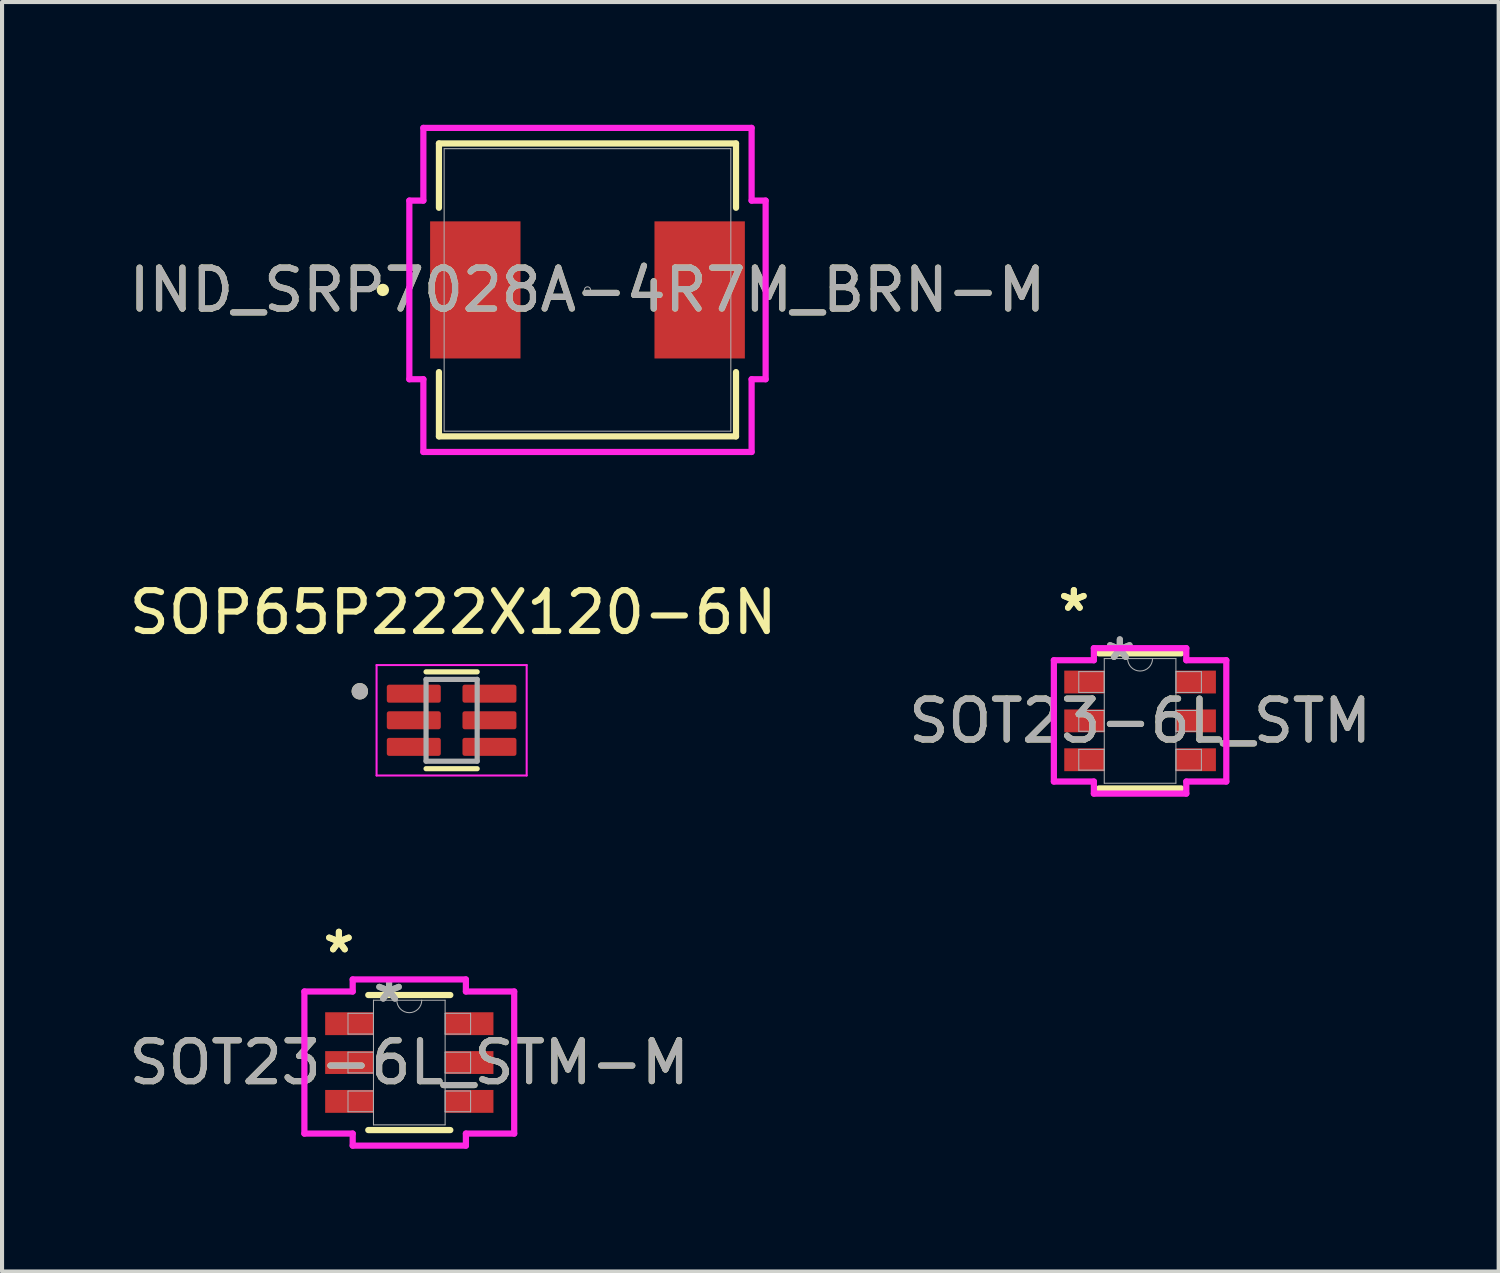
<source format=kicad_pcb>
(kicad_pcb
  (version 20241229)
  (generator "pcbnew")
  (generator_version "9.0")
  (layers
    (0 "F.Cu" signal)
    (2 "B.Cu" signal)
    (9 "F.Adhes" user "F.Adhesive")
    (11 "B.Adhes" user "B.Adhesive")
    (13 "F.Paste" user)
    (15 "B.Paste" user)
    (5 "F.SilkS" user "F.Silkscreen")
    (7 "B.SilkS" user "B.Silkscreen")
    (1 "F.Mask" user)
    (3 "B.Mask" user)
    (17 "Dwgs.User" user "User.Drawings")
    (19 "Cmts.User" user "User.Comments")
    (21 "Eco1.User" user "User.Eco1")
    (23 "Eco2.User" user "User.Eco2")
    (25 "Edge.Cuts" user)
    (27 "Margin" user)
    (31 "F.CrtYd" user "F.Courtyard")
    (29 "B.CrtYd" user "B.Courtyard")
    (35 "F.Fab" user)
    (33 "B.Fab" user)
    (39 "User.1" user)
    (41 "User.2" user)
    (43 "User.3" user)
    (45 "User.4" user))
  (footprint "SOP65P222X120-6N"
    (layer "F.Cu")
    (at 7.993 14.562)
    (property "Reference" "SOP65P222X120-6N" (at 0.037 -2.637 0) (layer "F.SilkS") (effects (font (size 1 1) (thickness 0.15))))
    (attr smd)
    (fp_line (start -0.625 -1.184) (end 0.625 -1.184) (stroke (width 0.127) (type solid)) (layer "F.SilkS"))
    (fp_line (start -0.625 1.184) (end 0.625 1.184) (stroke (width 0.127) (type solid)) (layer "F.SilkS"))
    (fp_circle (center -2.245 -0.709) (end -2.145 -0.709) (stroke (width 0.2) (type solid)) (fill no) (layer "F.SilkS"))
    (fp_line (start -1.835 -1.35) (end -1.835 1.35) (stroke (width 0.05) (type solid)) (layer "F.CrtYd"))
    (fp_line (start -1.835 -1.35) (end 1.835 -1.35) (stroke (width 0.05) (type solid)) (layer "F.CrtYd"))
    (fp_line (start -1.835 1.35) (end 1.835 1.35) (stroke (width 0.05) (type solid)) (layer "F.CrtYd"))
    (fp_line (start 1.835 -1.35) (end 1.835 1.35) (stroke (width 0.05) (type solid)) (layer "F.CrtYd"))
    (fp_line (start -0.625 -1) (end -0.625 1) (stroke (width 0.127) (type solid)) (layer "F.Fab"))
    (fp_line (start -0.625 -1) (end 0.625 -1) (stroke (width 0.127) (type solid)) (layer "F.Fab"))
    (fp_line (start -0.625 1) (end 0.625 1) (stroke (width 0.127) (type solid)) (layer "F.Fab"))
    (fp_line (start 0.625 -1) (end 0.625 1) (stroke (width 0.127) (type solid)) (layer "F.Fab"))
    (fp_circle (center -2.245 -0.709) (end -2.145 -0.709) (stroke (width 0.2) (type solid)) (fill no) (layer "F.Fab"))
    (pad "1" smd roundrect (at -0.925 -0.65) (size 1.32 0.44) (layers "F.Cu" "F.Mask" "F.Paste") (roundrect_rratio 0.125))
    (pad "2" smd roundrect (at -0.925 0) (size 1.32 0.44) (layers "F.Cu" "F.Mask" "F.Paste") (roundrect_rratio 0.125))
    (pad "3" smd roundrect (at -0.925 0.65) (size 1.32 0.44) (layers "F.Cu" "F.Mask" "F.Paste") (roundrect_rratio 0.125))
    (pad "4" smd roundrect (at 0.925 0.65) (size 1.32 0.44) (layers "F.Cu" "F.Mask" "F.Paste") (roundrect_rratio 0.125))
    (pad "5" smd roundrect (at 0.925 0) (size 1.32 0.44) (layers "F.Cu" "F.Mask" "F.Paste") (roundrect_rratio 0.125))
    (pad "6" smd roundrect (at 0.925 -0.65) (size 1.32 0.44) (layers "F.Cu" "F.Mask" "F.Paste") (roundrect_rratio 0.125)))
  (footprint "IND_SRP7028A-4R7M_BRN-M"
    (layer "F.Cu")
    (at 11.315 4.039)
    (property "Reference" "IND_SRP7028A-4R7M_BRN-M" (at 0 0 0) (unlocked yes) (layer "F.SilkS") (effects (font (size 1 1) (thickness 0.15))))
    (attr smd)
    (fp_line (start -3.632 -3.581) (end -3.632 -2.009) (stroke (width 0.152) (type solid)) (layer "F.SilkS"))
    (fp_line (start -3.632 2.009) (end -3.632 3.581) (stroke (width 0.152) (type solid)) (layer "F.SilkS"))
    (fp_line (start -3.632 3.581) (end 3.632 3.581) (stroke (width 0.152) (type solid)) (layer "F.SilkS"))
    (fp_line (start 3.632 -3.581) (end -3.632 -3.581) (stroke (width 0.152) (type solid)) (layer "F.SilkS"))
    (fp_line (start 3.632 -2.009) (end 3.632 -3.581) (stroke (width 0.152) (type solid)) (layer "F.SilkS"))
    (fp_line (start 3.632 3.581) (end 3.632 2.009) (stroke (width 0.152) (type solid)) (layer "F.SilkS"))
    (fp_circle (center -5.004 0) (end -4.928 0) (stroke (width 0.152) (type solid)) (fill no) (layer "F.SilkS"))
    (fp_line (start -4.356 -2.184) (end -4.013 -2.184) (stroke (width 0.152) (type solid)) (layer "F.CrtYd"))
    (fp_line (start -4.356 2.184) (end -4.356 -2.184) (stroke (width 0.152) (type solid)) (layer "F.CrtYd"))
    (fp_line (start -4.356 2.184) (end -4.013 2.184) (stroke (width 0.152) (type solid)) (layer "F.CrtYd"))
    (fp_line (start -4.013 -3.962) (end 4.013 -3.962) (stroke (width 0.152) (type solid)) (layer "F.CrtYd"))
    (fp_line (start -4.013 -2.184) (end -4.013 -3.962) (stroke (width 0.152) (type solid)) (layer "F.CrtYd"))
    (fp_line (start -4.013 3.962) (end -4.013 2.184) (stroke (width 0.152) (type solid)) (layer "F.CrtYd"))
    (fp_line (start 4.013 -3.962) (end 4.013 -2.184) (stroke (width 0.152) (type solid)) (layer "F.CrtYd"))
    (fp_line (start 4.013 2.184) (end 4.013 3.962) (stroke (width 0.152) (type solid)) (layer "F.CrtYd"))
    (fp_line (start 4.013 3.962) (end -4.013 3.962) (stroke (width 0.152) (type solid)) (layer "F.CrtYd"))
    (fp_line (start 4.356 -2.184) (end 4.013 -2.184) (stroke (width 0.152) (type solid)) (layer "F.CrtYd"))
    (fp_line (start 4.356 -2.184) (end 4.356 2.184) (stroke (width 0.152) (type solid)) (layer "F.CrtYd"))
    (fp_line (start 4.356 2.184) (end 4.013 2.184) (stroke (width 0.152) (type solid)) (layer "F.CrtYd"))
    (fp_line (start -3.505 -3.454) (end -3.505 3.454) (stroke (width 0.025) (type solid)) (layer "F.Fab"))
    (fp_line (start -3.505 3.454) (end 3.505 3.454) (stroke (width 0.025) (type solid)) (layer "F.Fab"))
    (fp_line (start 3.505 -3.454) (end -3.505 -3.454) (stroke (width 0.025) (type solid)) (layer "F.Fab"))
    (fp_line (start 3.505 3.454) (end 3.505 -3.454) (stroke (width 0.025) (type solid)) (layer "F.Fab"))
    (fp_circle (center 0 0) (end 0.076 0) (stroke (width 0.025) (type solid)) (fill no) (layer "F.Fab"))
    (fp_text user "${REFERENCE}" (at 0 0 0) (unlocked yes) (layer "F.Fab") (effects (font (size 1 1) (thickness 0.15))))
    (pad "1" smd rect (at -2.743 0) (size 2.21 3.353) (layers "F.Cu" "F.Mask" "F.Paste"))
    (pad "2" smd rect (at 2.743 0) (size 2.21 3.353) (layers "F.Cu" "F.Mask" "F.Paste")))
  (footprint "SOT23-6L_STM-M"
    (layer "F.Cu")
    (at 6.958 22.931)
    (property "Reference" "SOT23-6L_STM-M" (at 0 0 0) (unlocked yes) (layer "F.SilkS") (effects (font (size 1 1) (thickness 0.15))))
    (attr smd)
    (fp_line (start -1.003 1.651) (end 1.003 1.651) (stroke (width 0.152) (type solid)) (layer "F.SilkS"))
    (fp_line (start 1.003 -1.651) (end -1.003 -1.651) (stroke (width 0.152) (type solid)) (layer "F.SilkS"))
    (fp_line (start -2.565 -1.737) (end -1.384 -1.737) (stroke (width 0.152) (type solid)) (layer "F.CrtYd"))
    (fp_line (start -2.565 1.737) (end -2.565 -1.737) (stroke (width 0.152) (type solid)) (layer "F.CrtYd"))
    (fp_line (start -2.565 1.737) (end -1.384 1.737) (stroke (width 0.152) (type solid)) (layer "F.CrtYd"))
    (fp_line (start -1.384 -2.032) (end 1.384 -2.032) (stroke (width 0.152) (type solid)) (layer "F.CrtYd"))
    (fp_line (start -1.384 -1.737) (end -1.384 -2.032) (stroke (width 0.152) (type solid)) (layer "F.CrtYd"))
    (fp_line (start -1.384 2.032) (end -1.384 1.737) (stroke (width 0.152) (type solid)) (layer "F.CrtYd"))
    (fp_line (start 1.384 -2.032) (end 1.384 -1.737) (stroke (width 0.152) (type solid)) (layer "F.CrtYd"))
    (fp_line (start 1.384 1.737) (end 1.384 2.032) (stroke (width 0.152) (type solid)) (layer "F.CrtYd"))
    (fp_line (start 1.384 2.032) (end -1.384 2.032) (stroke (width 0.152) (type solid)) (layer "F.CrtYd"))
    (fp_line (start 2.565 -1.737) (end 1.384 -1.737) (stroke (width 0.152) (type solid)) (layer "F.CrtYd"))
    (fp_line (start 2.565 -1.737) (end 2.565 1.737) (stroke (width 0.152) (type solid)) (layer "F.CrtYd"))
    (fp_line (start 2.565 1.737) (end 1.384 1.737) (stroke (width 0.152) (type solid)) (layer "F.CrtYd"))
    (fp_line (start -1.499 -1.204) (end -1.499 -0.696) (stroke (width 0.025) (type solid)) (layer "F.Fab"))
    (fp_line (start -1.499 -0.696) (end -0.876 -0.696) (stroke (width 0.025) (type solid)) (layer "F.Fab"))
    (fp_line (start -1.499 -0.254) (end -1.499 0.254) (stroke (width 0.025) (type solid)) (layer "F.Fab"))
    (fp_line (start -1.499 0.254) (end -0.876 0.254) (stroke (width 0.025) (type solid)) (layer "F.Fab"))
    (fp_line (start -1.499 0.696) (end -1.499 1.204) (stroke (width 0.025) (type solid)) (layer "F.Fab"))
    (fp_line (start -1.499 1.204) (end -0.876 1.204) (stroke (width 0.025) (type solid)) (layer "F.Fab"))
    (fp_line (start -0.876 -1.524) (end -0.876 1.524) (stroke (width 0.025) (type solid)) (layer "F.Fab"))
    (fp_line (start -0.876 -1.204) (end -1.499 -1.204) (stroke (width 0.025) (type solid)) (layer "F.Fab"))
    (fp_line (start -0.876 -0.696) (end -0.876 -1.204) (stroke (width 0.025) (type solid)) (layer "F.Fab"))
    (fp_line (start -0.876 -0.254) (end -1.499 -0.254) (stroke (width 0.025) (type solid)) (layer "F.Fab"))
    (fp_line (start -0.876 0.254) (end -0.876 -0.254) (stroke (width 0.025) (type solid)) (layer "F.Fab"))
    (fp_line (start -0.876 0.696) (end -1.499 0.696) (stroke (width 0.025) (type solid)) (layer "F.Fab"))
    (fp_line (start -0.876 1.204) (end -0.876 0.696) (stroke (width 0.025) (type solid)) (layer "F.Fab"))
    (fp_line (start -0.876 1.524) (end 0.876 1.524) (stroke (width 0.025) (type solid)) (layer "F.Fab"))
    (fp_line (start 0.876 -1.524) (end -0.876 -1.524) (stroke (width 0.025) (type solid)) (layer "F.Fab"))
    (fp_line (start 0.876 -1.204) (end 0.876 -0.696) (stroke (width 0.025) (type solid)) (layer "F.Fab"))
    (fp_line (start 0.876 -0.696) (end 1.499 -0.696) (stroke (width 0.025) (type solid)) (layer "F.Fab"))
    (fp_line (start 0.876 -0.254) (end 0.876 0.254) (stroke (width 0.025) (type solid)) (layer "F.Fab"))
    (fp_line (start 0.876 0.254) (end 1.499 0.254) (stroke (width 0.025) (type solid)) (layer "F.Fab"))
    (fp_line (start 0.876 0.696) (end 0.876 1.204) (stroke (width 0.025) (type solid)) (layer "F.Fab"))
    (fp_line (start 0.876 1.204) (end 1.499 1.204) (stroke (width 0.025) (type solid)) (layer "F.Fab"))
    (fp_line (start 0.876 1.524) (end 0.876 -1.524) (stroke (width 0.025) (type solid)) (layer "F.Fab"))
    (fp_line (start 1.499 -1.204) (end 0.876 -1.204) (stroke (width 0.025) (type solid)) (layer "F.Fab"))
    (fp_line (start 1.499 -0.696) (end 1.499 -1.204) (stroke (width 0.025) (type solid)) (layer "F.Fab"))
    (fp_line (start 1.499 -0.254) (end 0.876 -0.254) (stroke (width 0.025) (type solid)) (layer "F.Fab"))
    (fp_line (start 1.499 0.254) (end 1.499 -0.254) (stroke (width 0.025) (type solid)) (layer "F.Fab"))
    (fp_line (start 1.499 0.696) (end 0.876 0.696) (stroke (width 0.025) (type solid)) (layer "F.Fab"))
    (fp_line (start 1.499 1.204) (end 1.499 0.696) (stroke (width 0.025) (type solid)) (layer "F.Fab"))
    (fp_arc (start 0.3048 -1.524) (mid 0 -1.2192) (end -0.3048 -1.524) (stroke (width 0.0254) (type solid)) (layer "F.Fab"))
    (fp_text user "*" (at -1.721 -2.652 0) (unlocked yes) (layer "F.SilkS") (effects (font (size 1 1) (thickness 0.15))))
    (fp_text user "*" (at -1.721 -2.652 0) (layer "F.SilkS") (effects (font (size 1 1) (thickness 0.15))))
    (fp_text user "${REFERENCE}" (at 0 0 0) (unlocked yes) (layer "F.Fab") (effects (font (size 1 1) (thickness 0.15))))
    (fp_text user "*" (at -0.495 -1.448 0) (layer "F.Fab") (effects (font (size 1 1) (thickness 0.15))))
    (fp_text user "*" (at -0.495 -1.448 0) (unlocked yes) (layer "F.Fab") (effects (font (size 1 1) (thickness 0.15))))
    (pad "1" smd rect (at -1.467 -0.95) (size 1.181 0.559) (layers "F.Cu" "F.Mask" "F.Paste"))
    (pad "2" smd rect (at -1.467 0) (size 1.181 0.559) (layers "F.Cu" "F.Mask" "F.Paste"))
    (pad "3" smd rect (at -1.467 0.95) (size 1.181 0.559) (layers "F.Cu" "F.Mask" "F.Paste"))
    (pad "4" smd rect (at 1.467 0.95) (size 1.181 0.559) (layers "F.Cu" "F.Mask" "F.Paste"))
    (pad "5" smd rect (at 1.467 0) (size 1.181 0.559) (layers "F.Cu" "F.Mask" "F.Paste"))
    (pad "6" smd rect (at 1.467 -0.95) (size 1.181 0.559) (layers "F.Cu" "F.Mask" "F.Paste")))
  (footprint "SOT23-6L_STM"
    (layer "F.Cu")
    (at 24.827 14.577)
    (property "Reference" "SOT23-6L_STM" (at 0 0 0) (unlocked yes) (layer "F.SilkS") (effects (font (size 1 1) (thickness 0.15))))
    (attr smd)
    (fp_line (start -1.003 1.651) (end 1.003 1.651) (stroke (width 0.152) (type solid)) (layer "F.SilkS"))
    (fp_line (start 1.003 -1.651) (end -1.003 -1.651) (stroke (width 0.152) (type solid)) (layer "F.SilkS"))
    (fp_line (start -2.108 -1.483) (end -1.13 -1.483) (stroke (width 0.152) (type solid)) (layer "F.CrtYd"))
    (fp_line (start -2.108 1.483) (end -2.108 -1.483) (stroke (width 0.152) (type solid)) (layer "F.CrtYd"))
    (fp_line (start -2.108 1.483) (end -1.13 1.483) (stroke (width 0.152) (type solid)) (layer "F.CrtYd"))
    (fp_line (start -1.13 -1.778) (end 1.13 -1.778) (stroke (width 0.152) (type solid)) (layer "F.CrtYd"))
    (fp_line (start -1.13 -1.483) (end -1.13 -1.778) (stroke (width 0.152) (type solid)) (layer "F.CrtYd"))
    (fp_line (start -1.13 1.778) (end -1.13 1.483) (stroke (width 0.152) (type solid)) (layer "F.CrtYd"))
    (fp_line (start 1.13 -1.778) (end 1.13 -1.483) (stroke (width 0.152) (type solid)) (layer "F.CrtYd"))
    (fp_line (start 1.13 1.483) (end 1.13 1.778) (stroke (width 0.152) (type solid)) (layer "F.CrtYd"))
    (fp_line (start 1.13 1.778) (end -1.13 1.778) (stroke (width 0.152) (type solid)) (layer "F.CrtYd"))
    (fp_line (start 2.108 -1.483) (end 1.13 -1.483) (stroke (width 0.152) (type solid)) (layer "F.CrtYd"))
    (fp_line (start 2.108 -1.483) (end 2.108 1.483) (stroke (width 0.152) (type solid)) (layer "F.CrtYd"))
    (fp_line (start 2.108 1.483) (end 1.13 1.483) (stroke (width 0.152) (type solid)) (layer "F.CrtYd"))
    (fp_line (start -1.499 -1.204) (end -1.499 -0.696) (stroke (width 0.025) (type solid)) (layer "F.Fab"))
    (fp_line (start -1.499 -0.696) (end -0.876 -0.696) (stroke (width 0.025) (type solid)) (layer "F.Fab"))
    (fp_line (start -1.499 -0.254) (end -1.499 0.254) (stroke (width 0.025) (type solid)) (layer "F.Fab"))
    (fp_line (start -1.499 0.254) (end -0.876 0.254) (stroke (width 0.025) (type solid)) (layer "F.Fab"))
    (fp_line (start -1.499 0.696) (end -1.499 1.204) (stroke (width 0.025) (type solid)) (layer "F.Fab"))
    (fp_line (start -1.499 1.204) (end -0.876 1.204) (stroke (width 0.025) (type solid)) (layer "F.Fab"))
    (fp_line (start -0.876 -1.524) (end -0.876 1.524) (stroke (width 0.025) (type solid)) (layer "F.Fab"))
    (fp_line (start -0.876 -1.204) (end -1.499 -1.204) (stroke (width 0.025) (type solid)) (layer "F.Fab"))
    (fp_line (start -0.876 -0.696) (end -0.876 -1.204) (stroke (width 0.025) (type solid)) (layer "F.Fab"))
    (fp_line (start -0.876 -0.254) (end -1.499 -0.254) (stroke (width 0.025) (type solid)) (layer "F.Fab"))
    (fp_line (start -0.876 0.254) (end -0.876 -0.254) (stroke (width 0.025) (type solid)) (layer "F.Fab"))
    (fp_line (start -0.876 0.696) (end -1.499 0.696) (stroke (width 0.025) (type solid)) (layer "F.Fab"))
    (fp_line (start -0.876 1.204) (end -0.876 0.696) (stroke (width 0.025) (type solid)) (layer "F.Fab"))
    (fp_line (start -0.876 1.524) (end 0.876 1.524) (stroke (width 0.025) (type solid)) (layer "F.Fab"))
    (fp_line (start 0.876 -1.524) (end -0.876 -1.524) (stroke (width 0.025) (type solid)) (layer "F.Fab"))
    (fp_line (start 0.876 -1.204) (end 0.876 -0.696) (stroke (width 0.025) (type solid)) (layer "F.Fab"))
    (fp_line (start 0.876 -0.696) (end 1.499 -0.696) (stroke (width 0.025) (type solid)) (layer "F.Fab"))
    (fp_line (start 0.876 -0.254) (end 0.876 0.254) (stroke (width 0.025) (type solid)) (layer "F.Fab"))
    (fp_line (start 0.876 0.254) (end 1.499 0.254) (stroke (width 0.025) (type solid)) (layer "F.Fab"))
    (fp_line (start 0.876 0.696) (end 0.876 1.204) (stroke (width 0.025) (type solid)) (layer "F.Fab"))
    (fp_line (start 0.876 1.204) (end 1.499 1.204) (stroke (width 0.025) (type solid)) (layer "F.Fab"))
    (fp_line (start 0.876 1.524) (end 0.876 -1.524) (stroke (width 0.025) (type solid)) (layer "F.Fab"))
    (fp_line (start 1.499 -1.204) (end 0.876 -1.204) (stroke (width 0.025) (type solid)) (layer "F.Fab"))
    (fp_line (start 1.499 -0.696) (end 1.499 -1.204) (stroke (width 0.025) (type solid)) (layer "F.Fab"))
    (fp_line (start 1.499 -0.254) (end 0.876 -0.254) (stroke (width 0.025) (type solid)) (layer "F.Fab"))
    (fp_line (start 1.499 0.254) (end 1.499 -0.254) (stroke (width 0.025) (type solid)) (layer "F.Fab"))
    (fp_line (start 1.499 0.696) (end 0.876 0.696) (stroke (width 0.025) (type solid)) (layer "F.Fab"))
    (fp_line (start 1.499 1.204) (end 1.499 0.696) (stroke (width 0.025) (type solid)) (layer "F.Fab"))
    (fp_arc (start 0.3048 -1.524) (mid 0 -1.2192) (end -0.3048 -1.524) (stroke (width 0.0254) (type solid)) (layer "F.Fab"))
    (fp_text user "*" (at -1.619 -2.652 0) (layer "F.SilkS") (effects (font (size 1 1) (thickness 0.15))))
    (fp_text user "*" (at -1.619 -2.652 0) (unlocked yes) (layer "F.SilkS") (effects (font (size 1 1) (thickness 0.15))))
    (fp_text user "*" (at -0.495 -1.448 0) (layer "F.Fab") (effects (font (size 1 1) (thickness 0.15))))
    (fp_text user "*" (at -0.495 -1.448 0) (unlocked yes) (layer "F.Fab") (effects (font (size 1 1) (thickness 0.15))))
    (fp_text user "${REFERENCE}" (at 0 0 0) (unlocked yes) (layer "F.Fab") (effects (font (size 1 1) (thickness 0.15))))
    (pad "1" smd rect (at -1.365 -0.95) (size 0.978 0.559) (layers "F.Cu" "F.Mask" "F.Paste"))
    (pad "2" smd rect (at -1.365 0) (size 0.978 0.559) (layers "F.Cu" "F.Mask" "F.Paste"))
    (pad "3" smd rect (at -1.365 0.95) (size 0.978 0.559) (layers "F.Cu" "F.Mask" "F.Paste"))
    (pad "4" smd rect (at 1.365 0.95) (size 0.978 0.559) (layers "F.Cu" "F.Mask" "F.Paste"))
    (pad "5" smd rect (at 1.365 0) (size 0.978 0.559) (layers "F.Cu" "F.Mask" "F.Paste"))
    (pad "6" smd rect (at 1.365 -0.95) (size 0.978 0.559) (layers "F.Cu" "F.Mask" "F.Paste")))
  (gr_rect
    (start -3 -3)
    (end 33.595 28.04)
    (stroke (width 0.1) (type default))
    (fill no)
    (layer "Edge.Cuts")))
</source>
